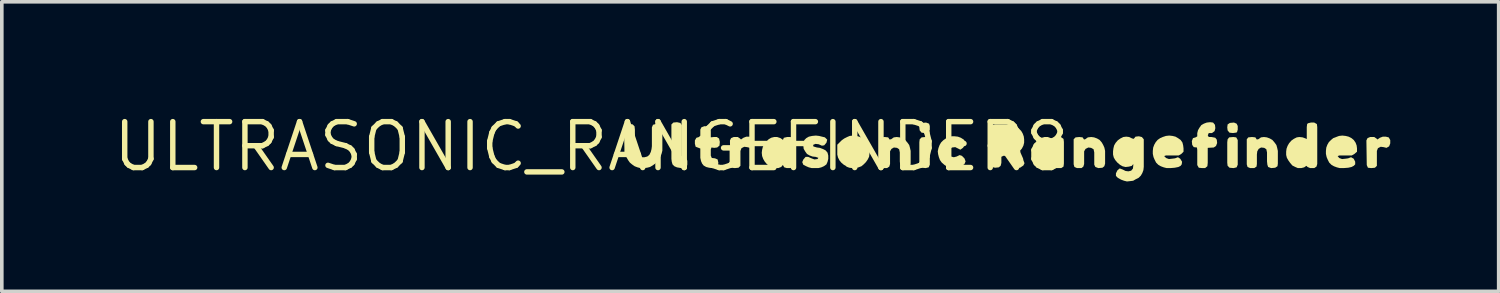
<source format=kicad_pcb>
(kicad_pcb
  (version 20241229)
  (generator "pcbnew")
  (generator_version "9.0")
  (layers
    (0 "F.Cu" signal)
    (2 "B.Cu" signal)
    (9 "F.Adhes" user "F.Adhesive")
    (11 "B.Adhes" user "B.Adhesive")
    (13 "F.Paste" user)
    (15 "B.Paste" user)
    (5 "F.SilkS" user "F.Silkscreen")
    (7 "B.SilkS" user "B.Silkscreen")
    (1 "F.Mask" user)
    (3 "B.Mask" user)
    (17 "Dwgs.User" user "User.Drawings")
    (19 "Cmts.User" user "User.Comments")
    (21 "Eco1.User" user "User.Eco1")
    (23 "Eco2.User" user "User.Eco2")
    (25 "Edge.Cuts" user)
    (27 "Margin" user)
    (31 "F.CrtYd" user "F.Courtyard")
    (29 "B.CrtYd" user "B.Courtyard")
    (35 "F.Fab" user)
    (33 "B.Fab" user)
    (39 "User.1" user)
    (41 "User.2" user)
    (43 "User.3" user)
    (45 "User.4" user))
  (footprint "ULTRASONIC_RANGEFINDER8"
    (layer "F.Cu")
    (at 13.312 1.006)
    (property "Reference" "ULTRASONIC_RANGEFINDER8" (at 0 0 0) (layer "F.SilkS") (effects (font (size 1.27 1.27) (thickness 0.15))))
    (fp_poly (pts (xy 9.333 -0.255) (xy 9.365 -0.181) (xy 9.365 0.501) (xy 9.334 0.574) (xy 9.25 0.595) (xy 9.138 0.585) (xy 9.085 0.532) (xy 9.075 0.45) (xy 9.075 -0.12) (xy 9.085 -0.202) (xy 9.138 -0.255) (xy 9.24 -0.265)) (stroke (width 0) (type solid)) (fill yes) (layer "F.SilkS"))
    (fp_poly (pts (xy 9.344 -0.634) (xy 9.365 -0.571) (xy 9.365 -0.469) (xy 9.344 -0.396) (xy 9.311 -0.385) (xy 9.23 -0.375) (xy 9.137 -0.385) (xy 9.085 -0.448) (xy 9.075 -0.53) (xy 9.096 -0.613) (xy 9.148 -0.655) (xy 9.261 -0.665)) (stroke (width 0) (type solid)) (fill yes) (layer "F.SilkS"))
    (fp_poly (pts (xy 17.843 -0.255) (xy 17.885 -0.181) (xy 17.885 0.501) (xy 17.854 0.574) (xy 17.77 0.595) (xy 17.658 0.585) (xy 17.605 0.532) (xy 17.595 0.45) (xy 17.595 -0.12) (xy 17.605 -0.202) (xy 17.647 -0.255) (xy 17.76 -0.265)) (stroke (width 0) (type solid)) (fill yes) (layer "F.SilkS"))
    (fp_poly (pts (xy 17.854 -0.634) (xy 17.885 -0.571) (xy 17.885 -0.469) (xy 17.864 -0.396) (xy 17.831 -0.385) (xy 17.75 -0.375) (xy 17.657 -0.385) (xy 17.605 -0.448) (xy 17.595 -0.53) (xy 17.605 -0.613) (xy 17.668 -0.655) (xy 17.781 -0.665)) (stroke (width 0) (type solid)) (fill yes) (layer "F.SilkS"))
    (fp_poly (pts (xy 2.463 -0.654) (xy 2.505 -0.592) (xy 2.505 0.258) (xy 2.543 0.315) (xy 2.623 0.325) (xy 2.655 0.389) (xy 2.655 0.501) (xy 2.634 0.574) (xy 2.581 0.595) (xy 2.49 0.595) (xy 2.369 0.575) (xy 2.297 0.544) (xy 2.246 0.493) (xy 2.225 0.421) (xy 2.215 0.34) (xy 2.215 -0.612) (xy 2.268 -0.665) (xy 2.37 -0.675)) (stroke (width 0) (type solid)) (fill yes) (layer "F.SilkS"))
    (fp_poly (pts (xy 4.453 -0.254) (xy 4.495 -0.181) (xy 4.495 -0.089) (xy 4.464 -0.007) (xy 4.391 0.035) (xy 4.309 0.015) (xy 4.231 0.005) (xy 4.154 0.044) (xy 4.125 0.121) (xy 4.125 0.532) (xy 4.072 0.585) (xy 3.97 0.595) (xy 3.877 0.585) (xy 3.845 0.511) (xy 3.835 -0.171) (xy 3.866 -0.234) (xy 3.939 -0.265) (xy 4.052 -0.265) (xy 4.113 -0.224) (xy 4.141 -0.197) (xy 4.208 -0.244) (xy 4.289 -0.275) (xy 4.371 -0.275)) (stroke (width 0) (type solid)) (fill yes) (layer "F.SilkS"))
    (fp_poly (pts (xy 22.063 -0.254) (xy 22.105 -0.181) (xy 22.105 -0.089) (xy 22.074 -0.007) (xy 22.001 0.035) (xy 21.919 0.015) (xy 21.841 0.005) (xy 21.764 0.044) (xy 21.735 0.121) (xy 21.735 0.532) (xy 21.682 0.585) (xy 21.58 0.595) (xy 21.487 0.585) (xy 21.455 0.511) (xy 21.445 -0.171) (xy 21.476 -0.234) (xy 21.549 -0.265) (xy 21.662 -0.265) (xy 21.723 -0.224) (xy 21.751 -0.197) (xy 21.818 -0.244) (xy 21.899 -0.275) (xy 21.981 -0.275)) (stroke (width 0) (type solid)) (fill yes) (layer "F.SilkS"))
    (fp_poly (pts (xy 7.331 -0.295) (xy 7.412 -0.275) (xy 7.482 -0.244) (xy 7.553 -0.194) (xy 7.614 -0.123) (xy 7.654 -0.052) (xy 7.685 0.018) (xy 7.705 0.11) (xy 7.695 0.201) (xy 7.685 0.281) (xy 7.644 0.363) (xy 7.594 0.433) (xy 7.533 0.494) (xy 7.473 0.544) (xy 7.391 0.575) (xy 7.301 0.595) (xy 7.22 0.595) (xy 7.139 0.585) (xy 7.053 0.553) (xy 7.057 0.544) (xy 6.987 0.504) (xy 6.916 0.444) (xy 6.866 0.383) (xy 6.825 0.302) (xy 6.805 0.221) (xy 6.805 -0.052) (xy 6.927 -0.174) (xy 6.997 -0.224) (xy 7.078 -0.265) (xy 7.149 -0.295) (xy 7.24 -0.305)) (stroke (width 0) (type solid)) (fill yes) (layer "F.SilkS"))
    (fp_poly (pts (xy 5.232 -0.235) (xy 5.294 -0.193) (xy 5.3 -0.182) (xy 5.326 -0.244) (xy 5.419 -0.265) (xy 5.512 -0.265) (xy 5.574 -0.213) (xy 5.595 -0.131) (xy 5.595 0.471) (xy 5.574 0.553) (xy 5.512 0.595) (xy 5.409 0.595) (xy 5.337 0.574) (xy 5.299 0.509) (xy 5.253 0.564) (xy 5.171 0.595) (xy 5.08 0.595) (xy 4.998 0.585) (xy 4.927 0.544) (xy 4.856 0.484) (xy 4.796 0.413) (xy 4.755 0.342) (xy 4.725 0.261) (xy 4.715 0.17) (xy 4.725 0.089) (xy 4.745 0.008) (xy 4.786 -0.073) (xy 4.836 -0.133) (xy 4.907 -0.204) (xy 4.978 -0.245) (xy 5.059 -0.265) (xy 5.141 -0.265)) (stroke (width 0) (type solid)) (fill yes) (layer "F.SilkS"))
    (fp_poly (pts (xy 12.712 -0.234) (xy 12.774 -0.193) (xy 12.785 -0.171) (xy 12.785 -0.172) (xy 12.816 -0.244) (xy 12.899 -0.265) (xy 12.992 -0.265) (xy 13.065 -0.213) (xy 13.075 -0.13) (xy 13.075 0.47) (xy 13.065 0.553) (xy 13.002 0.595) (xy 12.889 0.595) (xy 12.816 0.574) (xy 12.788 0.509) (xy 12.733 0.564) (xy 12.651 0.595) (xy 12.56 0.595) (xy 12.488 0.585) (xy 12.407 0.544) (xy 12.336 0.483) (xy 12.286 0.413) (xy 12.235 0.342) (xy 12.215 0.261) (xy 12.205 0.17) (xy 12.205 0.089) (xy 12.235 0.008) (xy 12.266 -0.073) (xy 12.326 -0.133) (xy 12.387 -0.204) (xy 12.468 -0.245) (xy 12.539 -0.265) (xy 12.631 -0.265)) (stroke (width 0) (type solid)) (fill yes) (layer "F.SilkS"))
    (fp_poly (pts (xy 13.911 -0.255) (xy 13.992 -0.225) (xy 14.063 -0.184) (xy 14.124 -0.113) (xy 14.164 -0.042) (xy 14.195 0.028) (xy 14.215 0.119) (xy 14.215 0.471) (xy 14.194 0.543) (xy 14.142 0.585) (xy 14.029 0.595) (xy 13.946 0.564) (xy 13.915 0.501) (xy 13.915 0.161) (xy 13.896 0.073) (xy 13.828 0.035) (xy 13.751 0.025) (xy 13.674 0.064) (xy 13.635 0.131) (xy 13.635 0.481) (xy 13.614 0.553) (xy 13.562 0.595) (xy 13.439 0.595) (xy 13.366 0.564) (xy 13.345 0.491) (xy 13.345 -0.202) (xy 13.398 -0.255) (xy 13.5 -0.265) (xy 13.593 -0.255) (xy 13.632 -0.196) (xy 13.668 -0.205) (xy 13.738 -0.255) (xy 13.83 -0.265)) (stroke (width 0) (type solid)) (fill yes) (layer "F.SilkS"))
    (fp_poly (pts (xy 8.531 -0.255) (xy 8.612 -0.225) (xy 8.683 -0.184) (xy 8.744 -0.113) (xy 8.795 -0.042) (xy 8.815 0.029) (xy 8.835 0.119) (xy 8.835 0.47) (xy 8.825 0.543) (xy 8.762 0.585) (xy 8.649 0.595) (xy 8.566 0.564) (xy 8.545 0.501) (xy 8.535 0.41) (xy 8.535 0.161) (xy 8.516 0.073) (xy 8.458 0.035) (xy 8.371 0.025) (xy 8.304 0.064) (xy 8.265 0.131) (xy 8.265 0.481) (xy 8.244 0.553) (xy 8.182 0.595) (xy 8.069 0.595) (xy 7.996 0.564) (xy 7.975 0.491) (xy 7.975 -0.202) (xy 8.017 -0.255) (xy 8.12 -0.265) (xy 8.213 -0.255) (xy 8.252 -0.196) (xy 8.298 -0.205) (xy 8.368 -0.255) (xy 8.45 -0.265)) (stroke (width 0) (type solid)) (fill yes) (layer "F.SilkS"))
    (fp_poly (pts (xy 20.075 -0.623) (xy 20.085 -0.54) (xy 20.085 0.481) (xy 20.064 0.553) (xy 20.002 0.595) (xy 19.889 0.595) (xy 19.817 0.564) (xy 19.785 0.533) (xy 19.785 0.532) (xy 19.722 0.575) (xy 19.641 0.595) (xy 19.549 0.595) (xy 19.478 0.565) (xy 19.397 0.524) (xy 19.336 0.453) (xy 19.286 0.383) (xy 19.245 0.312) (xy 19.225 0.231) (xy 19.225 0.14) (xy 19.235 0.059) (xy 19.265 -0.022) (xy 19.306 -0.093) (xy 19.367 -0.164) (xy 19.437 -0.214) (xy 19.518 -0.255) (xy 19.59 -0.265) (xy 19.681 -0.255) (xy 19.762 -0.225) (xy 19.795 -0.208) (xy 19.795 -0.54) (xy 19.805 -0.622) (xy 19.827 -0.645) (xy 19.909 -0.665) (xy 20.001 -0.665)) (stroke (width 0) (type solid)) (fill yes) (layer "F.SilkS"))
    (fp_poly (pts (xy 18.691 -0.255) (xy 18.772 -0.225) (xy 18.843 -0.184) (xy 18.904 -0.113) (xy 18.955 -0.042) (xy 18.975 0.029) (xy 18.995 0.119) (xy 18.995 0.47) (xy 18.985 0.543) (xy 18.922 0.585) (xy 18.809 0.595) (xy 18.726 0.564) (xy 18.705 0.501) (xy 18.695 0.41) (xy 18.695 0.161) (xy 18.676 0.073) (xy 18.618 0.035) (xy 18.531 0.025) (xy 18.464 0.064) (xy 18.425 0.132) (xy 18.415 0.22) (xy 18.415 0.48) (xy 18.405 0.553) (xy 18.342 0.595) (xy 18.229 0.595) (xy 18.156 0.564) (xy 18.135 0.491) (xy 18.135 -0.202) (xy 18.177 -0.255) (xy 18.28 -0.265) (xy 18.373 -0.255) (xy 18.412 -0.196) (xy 18.458 -0.205) (xy 18.528 -0.255) (xy 18.61 -0.265)) (stroke (width 0) (type solid)) (fill yes) (layer "F.SilkS"))
    (fp_poly (pts (xy 17.203 -0.665) (xy 17.255 -0.602) (xy 17.265 -0.51) (xy 17.244 -0.427) (xy 17.172 -0.375) (xy 17.083 -0.375) (xy 17.056 -0.31) (xy 17.083 -0.265) (xy 17.16 -0.265) (xy 17.263 -0.245) (xy 17.305 -0.192) (xy 17.315 -0.099) (xy 17.284 -0.017) (xy 17.222 0.025) (xy 17.055 0.035) (xy 17.055 0.45) (xy 17.045 0.543) (xy 16.982 0.595) (xy 16.9 0.595) (xy 16.807 0.585) (xy 16.765 0.511) (xy 16.765 0.09) (xy 16.756 0.025) (xy 16.667 0.015) (xy 16.625 -0.048) (xy 16.615 -0.151) (xy 16.646 -0.234) (xy 16.718 -0.255) (xy 16.765 -0.283) (xy 16.765 -0.371) (xy 16.785 -0.452) (xy 16.826 -0.523) (xy 16.877 -0.594) (xy 16.948 -0.635) (xy 17.029 -0.665) (xy 17.12 -0.675)) (stroke (width 0) (type solid)) (fill yes) (layer "F.SilkS"))
    (fp_poly (pts (xy 3.242 -0.555) (xy 3.295 -0.502) (xy 3.305 -0.42) (xy 3.305 -0.256) (xy 3.39 -0.265) (xy 3.472 -0.265) (xy 3.534 -0.223) (xy 3.555 -0.13) (xy 3.545 -0.027) (xy 3.482 0.025) (xy 3.4 0.035) (xy 3.323 0.025) (xy 3.305 0.081) (xy 3.305 0.249) (xy 3.333 0.315) (xy 3.421 0.325) (xy 3.494 0.356) (xy 3.515 0.45) (xy 3.494 0.543) (xy 3.442 0.585) (xy 3.35 0.595) (xy 3.259 0.585) (xy 3.178 0.565) (xy 3.107 0.524) (xy 3.066 0.473) (xy 3.035 0.402) (xy 3.015 0.311) (xy 3.015 0.053) (xy 2.886 0.004) (xy 2.865 -0.079) (xy 2.865 -0.171) (xy 2.907 -0.244) (xy 2.977 -0.264) (xy 3.015 -0.302) (xy 3.015 -0.471) (xy 3.046 -0.534) (xy 3.129 -0.565)) (stroke (width 0) (type solid)) (fill yes) (layer "F.SilkS"))
    (fp_poly (pts (xy 11.682 -0.585) (xy 11.753 -0.554) (xy 11.829 -0.497) (xy 11.83 -0.497) (xy 11.833 -0.494) (xy 11.838 -0.491) (xy 11.837 -0.49) (xy 11.894 -0.433) (xy 11.935 -0.362) (xy 11.965 -0.281) (xy 11.975 -0.2) (xy 11.975 -0.109) (xy 11.955 -0.028) (xy 11.914 0.053) (xy 11.865 0.111) (xy 11.875 0.169) (xy 11.945 0.328) (xy 11.955 0.379) (xy 11.985 0.46) (xy 11.954 0.523) (xy 11.862 0.585) (xy 11.779 0.595) (xy 11.716 0.553) (xy 11.626 0.352) (xy 11.567 0.255) (xy 11.401 0.255) (xy 11.345 0.283) (xy 11.345 0.451) (xy 11.324 0.533) (xy 11.272 0.575) (xy 11.17 0.585) (xy 11.077 0.564) (xy 11.045 0.501) (xy 11.045 -0.521) (xy 11.076 -0.594) (xy 11.169 -0.615) (xy 11.601 -0.615)) (stroke (width 0) (type solid)) (fill yes) (layer "F.SilkS"))
    (fp_poly (pts (xy 10.141 -0.275) (xy 10.222 -0.245) (xy 10.304 -0.194) (xy 10.345 -0.131) (xy 10.335 -0.048) (xy 10.284 0.033) (xy 10.21 0.086) (xy 10.148 0.054) (xy 10.069 0.015) (xy 9.982 0.025) (xy 9.914 0.063) (xy 9.885 0.141) (xy 9.885 0.227) (xy 9.952 0.275) (xy 10.03 0.295) (xy 10.108 0.275) (xy 10.19 0.235) (xy 10.253 0.256) (xy 10.324 0.327) (xy 10.355 0.41) (xy 10.324 0.483) (xy 10.243 0.544) (xy 10.172 0.575) (xy 10.091 0.595) (xy 10 0.595) (xy 9.919 0.585) (xy 9.838 0.554) (xy 9.767 0.504) (xy 9.696 0.443) (xy 9.646 0.372) (xy 9.615 0.291) (xy 9.595 0.211) (xy 9.585 0.13) (xy 9.605 0.039) (xy 9.635 -0.042) (xy 9.676 -0.113) (xy 9.737 -0.174) (xy 9.807 -0.224) (xy 9.888 -0.265) (xy 9.969 -0.285) (xy 10.05 -0.285)) (stroke (width 0) (type solid)) (fill yes) (layer "F.SilkS"))
    (fp_poly (pts (xy 20.871 -0.295) (xy 20.952 -0.275) (xy 21.033 -0.234) (xy 21.094 -0.183) (xy 21.144 -0.112) (xy 21.175 -0.031) (xy 21.185 0.05) (xy 21.185 0.142) (xy 21.113 0.204) (xy 21.041 0.245) (xy 20.701 0.245) (xy 20.649 0.262) (xy 20.693 0.316) (xy 20.771 0.345) (xy 20.869 0.335) (xy 20.939 0.325) (xy 21.02 0.294) (xy 21.094 0.336) (xy 21.135 0.419) (xy 21.135 0.492) (xy 21.093 0.534) (xy 21.032 0.565) (xy 20.941 0.585) (xy 20.81 0.595) (xy 20.709 0.595) (xy 20.629 0.575) (xy 20.548 0.545) (xy 20.477 0.504) (xy 20.416 0.443) (xy 20.375 0.362) (xy 20.345 0.292) (xy 20.325 0.201) (xy 20.325 0.12) (xy 20.335 0.029) (xy 20.365 -0.052) (xy 20.406 -0.123) (xy 20.467 -0.184) (xy 20.527 -0.234) (xy 20.608 -0.265) (xy 20.689 -0.295) (xy 20.78 -0.305)) (stroke (width 0) (type solid)) (fill yes) (layer "F.SilkS"))
    (fp_poly (pts (xy 16.081 -0.295) (xy 16.162 -0.275) (xy 16.233 -0.234) (xy 16.304 -0.184) (xy 16.355 -0.112) (xy 16.375 -0.031) (xy 16.385 0.05) (xy 16.385 0.142) (xy 16.323 0.204) (xy 16.251 0.245) (xy 15.906 0.245) (xy 15.906 0.243) (xy 15.849 0.262) (xy 15.903 0.316) (xy 15.981 0.345) (xy 16.069 0.335) (xy 16.149 0.325) (xy 16.231 0.294) (xy 16.294 0.336) (xy 16.345 0.419) (xy 16.335 0.492) (xy 16.303 0.534) (xy 16.242 0.565) (xy 16.141 0.585) (xy 16.02 0.595) (xy 15.919 0.595) (xy 15.839 0.575) (xy 15.758 0.545) (xy 15.687 0.504) (xy 15.626 0.443) (xy 15.585 0.362) (xy 15.555 0.292) (xy 15.535 0.201) (xy 15.535 0.12) (xy 15.545 0.029) (xy 15.575 -0.052) (xy 15.616 -0.123) (xy 15.667 -0.184) (xy 15.738 -0.234) (xy 15.808 -0.265) (xy 15.899 -0.295) (xy 15.99 -0.305)) (stroke (width 0) (type solid)) (fill yes) (layer "F.SilkS"))
    (fp_poly (pts (xy 1.882 -0.615) (xy 1.955 -0.573) (xy 1.965 -0.49) (xy 1.965 0.111) (xy 1.945 0.191) (xy 1.915 0.272) (xy 1.874 0.343) (xy 1.824 0.413) (xy 1.763 0.474) (xy 1.693 0.524) (xy 1.622 0.565) (xy 1.541 0.585) (xy 1.45 0.595) (xy 1.359 0.595) (xy 1.279 0.575) (xy 1.198 0.544) (xy 1.127 0.494) (xy 1.066 0.443) (xy 1.016 0.373) (xy 0.976 0.302) (xy 0.935 0.222) (xy 0.915 0.141) (xy 0.915 0.05) (xy 0.905 -0.46) (xy 0.915 -0.542) (xy 0.957 -0.615) (xy 1.05 -0.625) (xy 1.142 -0.615) (xy 1.195 -0.562) (xy 1.205 -0.47) (xy 1.205 0.039) (xy 1.225 0.119) (xy 1.254 0.198) (xy 1.303 0.266) (xy 1.381 0.295) (xy 1.469 0.295) (xy 1.548 0.275) (xy 1.606 0.227) (xy 1.645 0.148) (xy 1.665 0.069) (xy 1.675 -0.01) (xy 1.675 -0.531) (xy 1.706 -0.604) (xy 1.79 -0.625)) (stroke (width 0) (type solid)) (fill yes) (layer "F.SilkS"))
    (fp_poly (pts (xy 15.233 -0.264) (xy 15.285 -0.202) (xy 15.285 0.56) (xy 15.275 0.651) (xy 15.245 0.732) (xy 15.204 0.803) (xy 15.143 0.864) (xy 15.062 0.904) (xy 14.992 0.945) (xy 14.911 0.955) (xy 14.82 0.965) (xy 14.739 0.945) (xy 14.658 0.915) (xy 14.567 0.864) (xy 14.515 0.812) (xy 14.515 0.739) (xy 14.556 0.657) (xy 14.619 0.604) (xy 14.702 0.635) (xy 14.781 0.675) (xy 14.86 0.685) (xy 14.937 0.666) (xy 14.985 0.608) (xy 14.995 0.52) (xy 14.995 0.484) (xy 14.953 0.534) (xy 14.871 0.555) (xy 14.78 0.565) (xy 14.698 0.545) (xy 14.627 0.504) (xy 14.556 0.444) (xy 14.496 0.373) (xy 14.455 0.302) (xy 14.435 0.221) (xy 14.435 0.13) (xy 14.445 0.049) (xy 14.465 -0.032) (xy 14.506 -0.103) (xy 14.567 -0.174) (xy 14.637 -0.224) (xy 14.719 -0.265) (xy 14.8 -0.275) (xy 14.881 -0.265) (xy 14.962 -0.225) (xy 15.008 -0.215) (xy 15.057 -0.275) (xy 15.15 -0.285)) (stroke (width 0) (type solid)) (fill yes) (layer "F.SilkS"))
    (fp_poly (pts (xy 6.301 -0.295) (xy 6.381 -0.275) (xy 6.463 -0.255) (xy 6.526 -0.192) (xy 6.505 -0.108) (xy 6.443 -0.035) (xy 6.379 -0.025) (xy 6.289 -0.065) (xy 6.201 -0.075) (xy 6.136 -0.047) (xy 6.144 -0.004) (xy 6.241 0.025) (xy 6.321 0.035) (xy 6.402 0.065) (xy 6.483 0.106) (xy 6.535 0.168) (xy 6.555 0.249) (xy 6.555 0.341) (xy 6.535 0.422) (xy 6.504 0.493) (xy 6.432 0.544) (xy 6.362 0.575) (xy 6.281 0.595) (xy 6.099 0.595) (xy 6.018 0.575) (xy 5.948 0.545) (xy 5.866 0.504) (xy 5.835 0.43) (xy 5.866 0.357) (xy 5.928 0.285) (xy 6.001 0.285) (xy 6.092 0.325) (xy 6.171 0.355) (xy 6.257 0.345) (xy 6.282 0.312) (xy 6.209 0.285) (xy 6.119 0.275) (xy 6.038 0.245) (xy 5.967 0.204) (xy 5.916 0.133) (xy 5.875 0.062) (xy 5.865 -0.03) (xy 5.865 -0.111) (xy 5.896 -0.183) (xy 5.947 -0.234) (xy 6.018 -0.275) (xy 6.109 -0.295) (xy 6.21 -0.305)) (stroke (width 0) (type solid)) (fill yes) (layer "F.SilkS")))
  (gr_rect
    (start -3 -3)
    (end 38.417 5.012)
    (stroke (width 0.1) (type default))
    (fill no)
    (layer "Edge.Cuts")))
</source>
